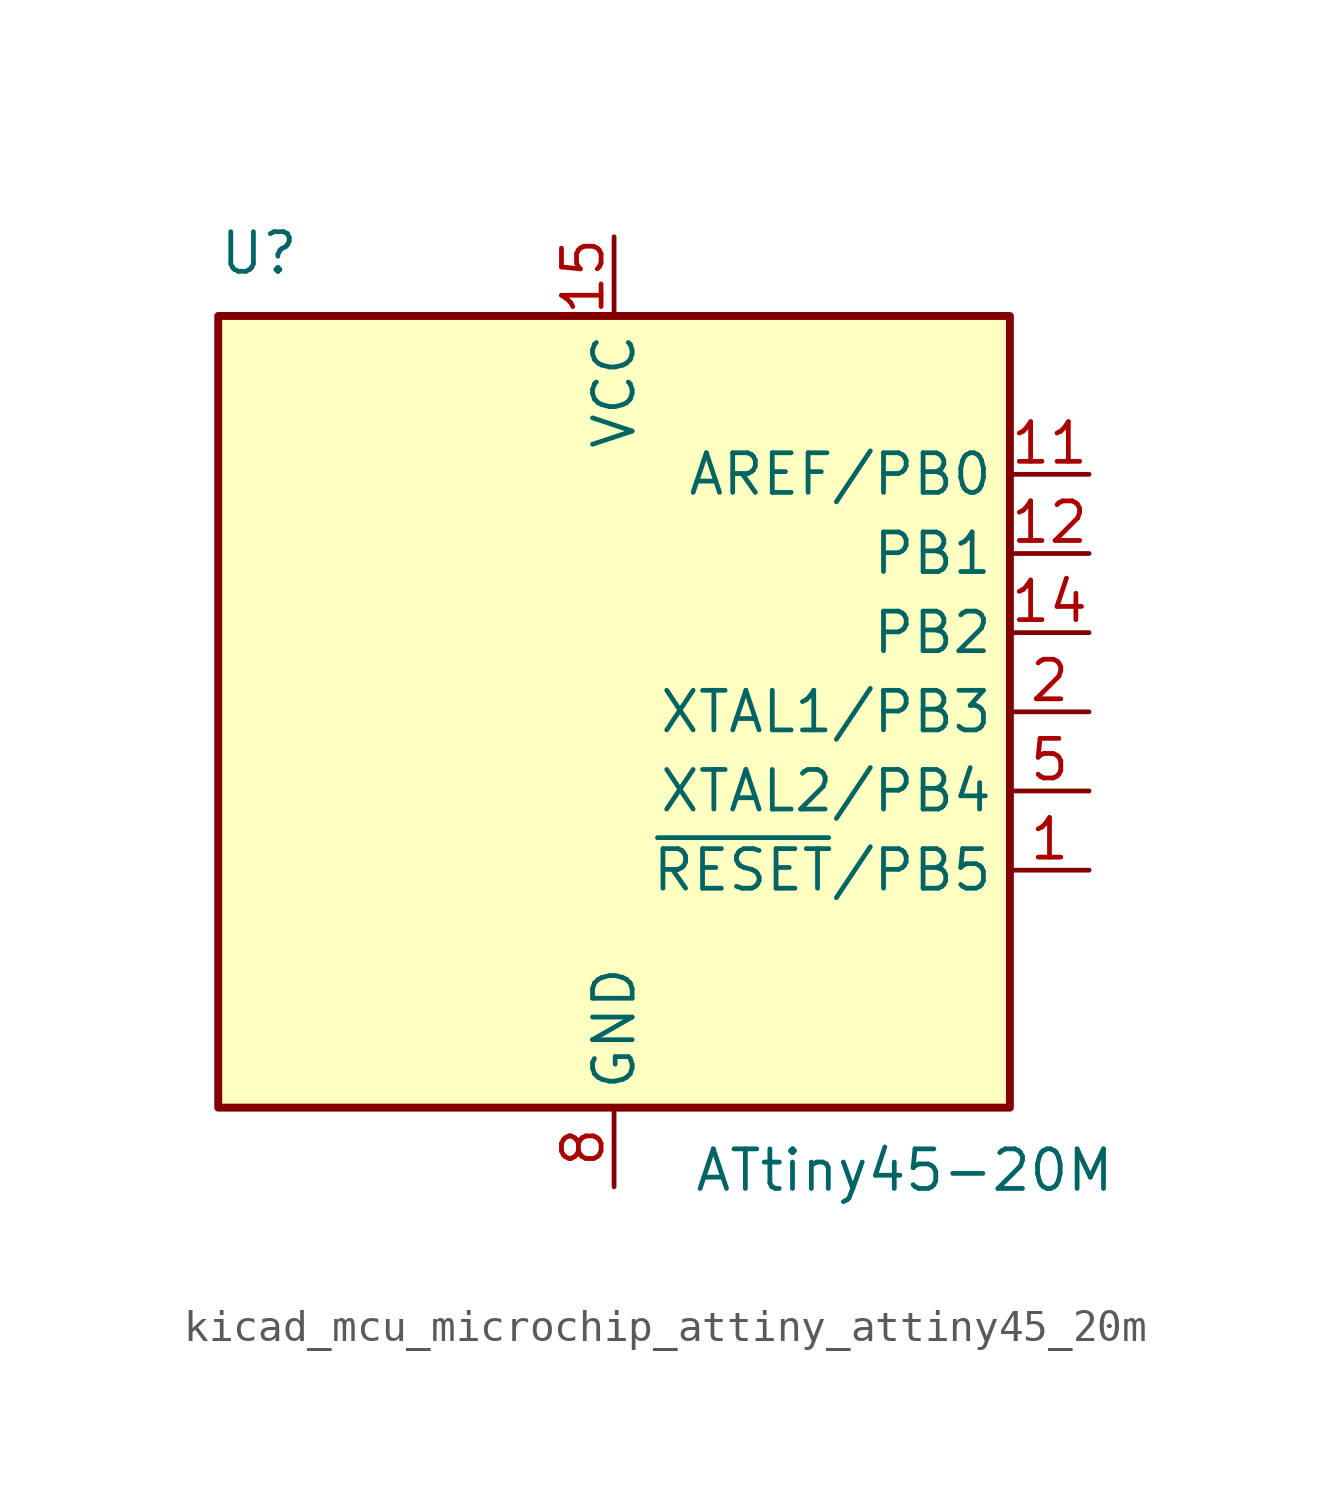
<source format=kicad_sym>
(kicad_symbol_lib
  (version 20220914)
  (generator kicad_symbol_editor)
  (symbol "kicad_mcu_microchip_attiny_attiny45_20m"
    (property "Reference" "U"
      (at -12.7 13.97 0)
      (effects (font (size 1.27 1.27)) (justify left bottom)))
    (property "Value" "ATtiny45-20M"
      (at 2.54 -13.97 0)
      (effects (font (size 1.27 1.27)) (justify left top)))
    (symbol "kicad_mcu_microchip_attiny_attiny45_20m_0_1"
      (rectangle (start -12.7 -12.7) (end 12.7 12.7) (stroke (width 0.254) (type default)) (fill (type background))))
    (symbol "kicad_mcu_microchip_attiny_attiny45_20m_1_1"
      (pin bidirectional line (at 15.24 -5.08 180) (length 2.54) (name "~{RESET}/PB5" (effects (font (size 1.27 1.27)))) (number "1" (effects (font (size 1.27 1.27)))))
      (pin no_connect line (at -12.7 -2.54 0) (length 2.54) hide (name "NC" (effects (font (size 1.27 1.27)))) (number "10" (effects (font (size 1.27 1.27)))))
      (pin bidirectional line (at 15.24 7.62 180) (length 2.54) (name "AREF/PB0" (effects (font (size 1.27 1.27)))) (number "11" (effects (font (size 1.27 1.27)))))
      (pin bidirectional line (at 15.24 5.08 180) (length 2.54) (name "PB1" (effects (font (size 1.27 1.27)))) (number "12" (effects (font (size 1.27 1.27)))))
      (pin no_connect line (at -12.7 -5.08 0) (length 2.54) hide (name "NC" (effects (font (size 1.27 1.27)))) (number "13" (effects (font (size 1.27 1.27)))))
      (pin bidirectional line (at 15.24 2.54 180) (length 2.54) (name "PB2" (effects (font (size 1.27 1.27)))) (number "14" (effects (font (size 1.27 1.27)))))
      (pin power_in line (at 0 15.24 270) (length 2.54) (name "VCC" (effects (font (size 1.27 1.27)))) (number "15" (effects (font (size 1.27 1.27)))))
      (pin no_connect line (at -12.7 -7.62 0) (length 2.54) hide (name "NC" (effects (font (size 1.27 1.27)))) (number "16" (effects (font (size 1.27 1.27)))))
      (pin no_connect line (at -12.7 -10.16 0) (length 2.54) hide (name "NC" (effects (font (size 1.27 1.27)))) (number "17" (effects (font (size 1.27 1.27)))))
      (pin no_connect line (at -7.62 -12.7 90) (length 2.54) hide (name "NC" (effects (font (size 1.27 1.27)))) (number "18" (effects (font (size 1.27 1.27)))))
      (pin no_connect line (at -5.08 -12.7 90) (length 2.54) hide (name "NC" (effects (font (size 1.27 1.27)))) (number "19" (effects (font (size 1.27 1.27)))))
      (pin bidirectional line (at 15.24 0 180) (length 2.54) (name "XTAL1/PB3" (effects (font (size 1.27 1.27)))) (number "2" (effects (font (size 1.27 1.27)))))
      (pin no_connect line (at -2.54 -12.7 90) (length 2.54) hide (name "NC" (effects (font (size 1.27 1.27)))) (number "20" (effects (font (size 1.27 1.27)))))
      (pin passive line (at 0 -15.24 90) (length 2.54) hide (name "GND" (effects (font (size 1.27 1.27)))) (number "21" (effects (font (size 1.27 1.27)))))
      (pin no_connect line (at -12.7 10.16 0) (length 2.54) hide (name "NC" (effects (font (size 1.27 1.27)))) (number "3" (effects (font (size 1.27 1.27)))))
      (pin no_connect line (at -12.7 7.62 0) (length 2.54) hide (name "NC" (effects (font (size 1.27 1.27)))) (number "4" (effects (font (size 1.27 1.27)))))
      (pin bidirectional line (at 15.24 -2.54 180) (length 2.54) (name "XTAL2/PB4" (effects (font (size 1.27 1.27)))) (number "5" (effects (font (size 1.27 1.27)))))
      (pin no_connect line (at -12.7 5.08 0) (length 2.54) hide (name "NC" (effects (font (size 1.27 1.27)))) (number "6" (effects (font (size 1.27 1.27)))))
      (pin no_connect line (at -12.7 2.54 0) (length 2.54) hide (name "NC" (effects (font (size 1.27 1.27)))) (number "7" (effects (font (size 1.27 1.27)))))
      (pin power_in line (at 0 -15.24 90) (length 2.54) (name "GND" (effects (font (size 1.27 1.27)))) (number "8" (effects (font (size 1.27 1.27)))))
      (pin no_connect line (at -12.7 0 0) (length 2.54) hide (name "NC" (effects (font (size 1.27 1.27)))) (number "9" (effects (font (size 1.27 1.27))))))))
</source>
